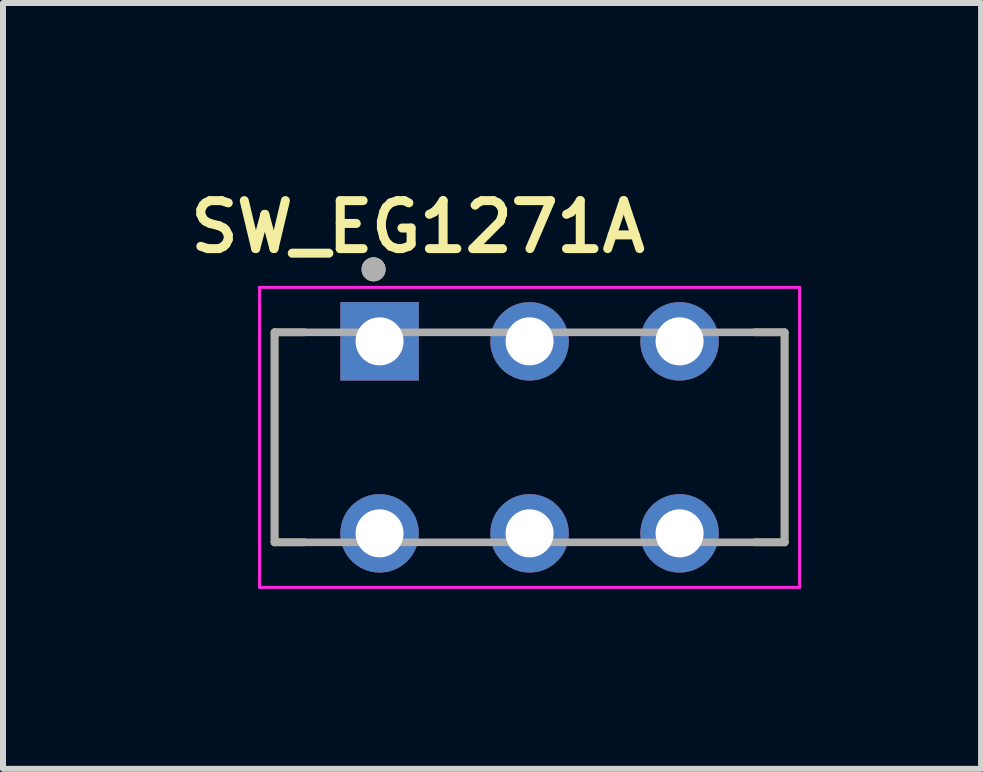
<source format=kicad_pcb>
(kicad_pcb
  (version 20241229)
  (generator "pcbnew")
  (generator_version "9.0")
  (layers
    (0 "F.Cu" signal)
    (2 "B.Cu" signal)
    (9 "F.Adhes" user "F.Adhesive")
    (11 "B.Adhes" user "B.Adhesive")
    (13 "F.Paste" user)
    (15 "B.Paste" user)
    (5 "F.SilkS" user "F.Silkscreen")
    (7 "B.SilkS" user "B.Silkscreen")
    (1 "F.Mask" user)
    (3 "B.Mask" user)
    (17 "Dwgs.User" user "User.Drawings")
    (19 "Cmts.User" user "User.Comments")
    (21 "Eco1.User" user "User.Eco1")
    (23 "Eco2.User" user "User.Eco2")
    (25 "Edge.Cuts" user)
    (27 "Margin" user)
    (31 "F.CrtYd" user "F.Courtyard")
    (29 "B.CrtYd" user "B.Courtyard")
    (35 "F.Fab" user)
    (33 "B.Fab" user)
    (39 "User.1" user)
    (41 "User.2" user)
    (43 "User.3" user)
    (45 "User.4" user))
  (footprint "SW_EG1271A"
    (layer "F.Cu")
    (at 5.776 4.239)
    (property "Reference" "SW_EG1271A" (at -1.86 -3.508 0) (layer "F.SilkS") (effects (font (size 0.8 0.8) (thickness 0.15))))
    (attr through_hole)
    (fp_line (start -4.25 -1.75) (end -4.25 1.75) (stroke (width 0.127) (type solid)) (layer "F.SilkS"))
    (fp_line (start -4.25 1.75) (end -3.75 1.75) (stroke (width 0.127) (type solid)) (layer "F.SilkS"))
    (fp_line (start -3.75 -1.75) (end -4.25 -1.75) (stroke (width 0.127) (type solid)) (layer "F.SilkS"))
    (fp_line (start 3.75 1.75) (end 4.25 1.75) (stroke (width 0.127) (type solid)) (layer "F.SilkS"))
    (fp_line (start 4.25 -1.75) (end 3.75 -1.75) (stroke (width 0.127) (type solid)) (layer "F.SilkS"))
    (fp_line (start 4.25 1.75) (end 4.25 -1.75) (stroke (width 0.127) (type solid)) (layer "F.SilkS"))
    (fp_circle (center -2.6 -2.8) (end -2.5 -2.8) (stroke (width 0.2) (type solid)) (fill no) (layer "F.SilkS"))
    (fp_line (start -4.5 -2.5) (end -4.5 2.5) (stroke (width 0.05) (type solid)) (layer "F.CrtYd"))
    (fp_line (start -4.5 2.5) (end 4.5 2.5) (stroke (width 0.05) (type solid)) (layer "F.CrtYd"))
    (fp_line (start 4.5 -2.5) (end -4.5 -2.5) (stroke (width 0.05) (type solid)) (layer "F.CrtYd"))
    (fp_line (start 4.5 2.5) (end 4.5 -2.5) (stroke (width 0.05) (type solid)) (layer "F.CrtYd"))
    (fp_line (start -4.25 -1.75) (end -4.25 1.75) (stroke (width 0.127) (type solid)) (layer "F.Fab"))
    (fp_line (start -4.25 1.75) (end 4.25 1.75) (stroke (width 0.127) (type solid)) (layer "F.Fab"))
    (fp_line (start 4.25 -1.75) (end -4.25 -1.75) (stroke (width 0.127) (type solid)) (layer "F.Fab"))
    (fp_line (start 4.25 1.75) (end 4.25 -1.75) (stroke (width 0.127) (type solid)) (layer "F.Fab"))
    (fp_circle (center -2.6 -2.8) (end -2.5 -2.8) (stroke (width 0.2) (type solid)) (fill no) (layer "F.Fab"))
    (pad "1" thru_hole rect (at -2.5 -1.6) (size 1.308 1.308) (drill 0.8) (layers "*.Cu" "*.Mask"))
    (pad "2" thru_hole circle (at 0 -1.6) (size 1.308 1.308) (drill 0.8) (layers "*.Cu" "*.Mask"))
    (pad "3" thru_hole circle (at 2.5 -1.6) (size 1.308 1.308) (drill 0.8) (layers "*.Cu" "*.Mask"))
    (pad "4" thru_hole circle (at -2.5 1.6) (size 1.308 1.308) (drill 0.8) (layers "*.Cu" "*.Mask"))
    (pad "5" thru_hole circle (at 0 1.6) (size 1.308 1.308) (drill 0.8) (layers "*.Cu" "*.Mask"))
    (pad "6" thru_hole circle (at 2.5 1.6) (size 1.308 1.308) (drill 0.8) (layers "*.Cu" "*.Mask")))
  (gr_rect
    (start -3 -3)
    (end 13.301 9.764)
    (stroke (width 0.1) (type default))
    (fill no)
    (layer "Edge.Cuts")))
</source>
